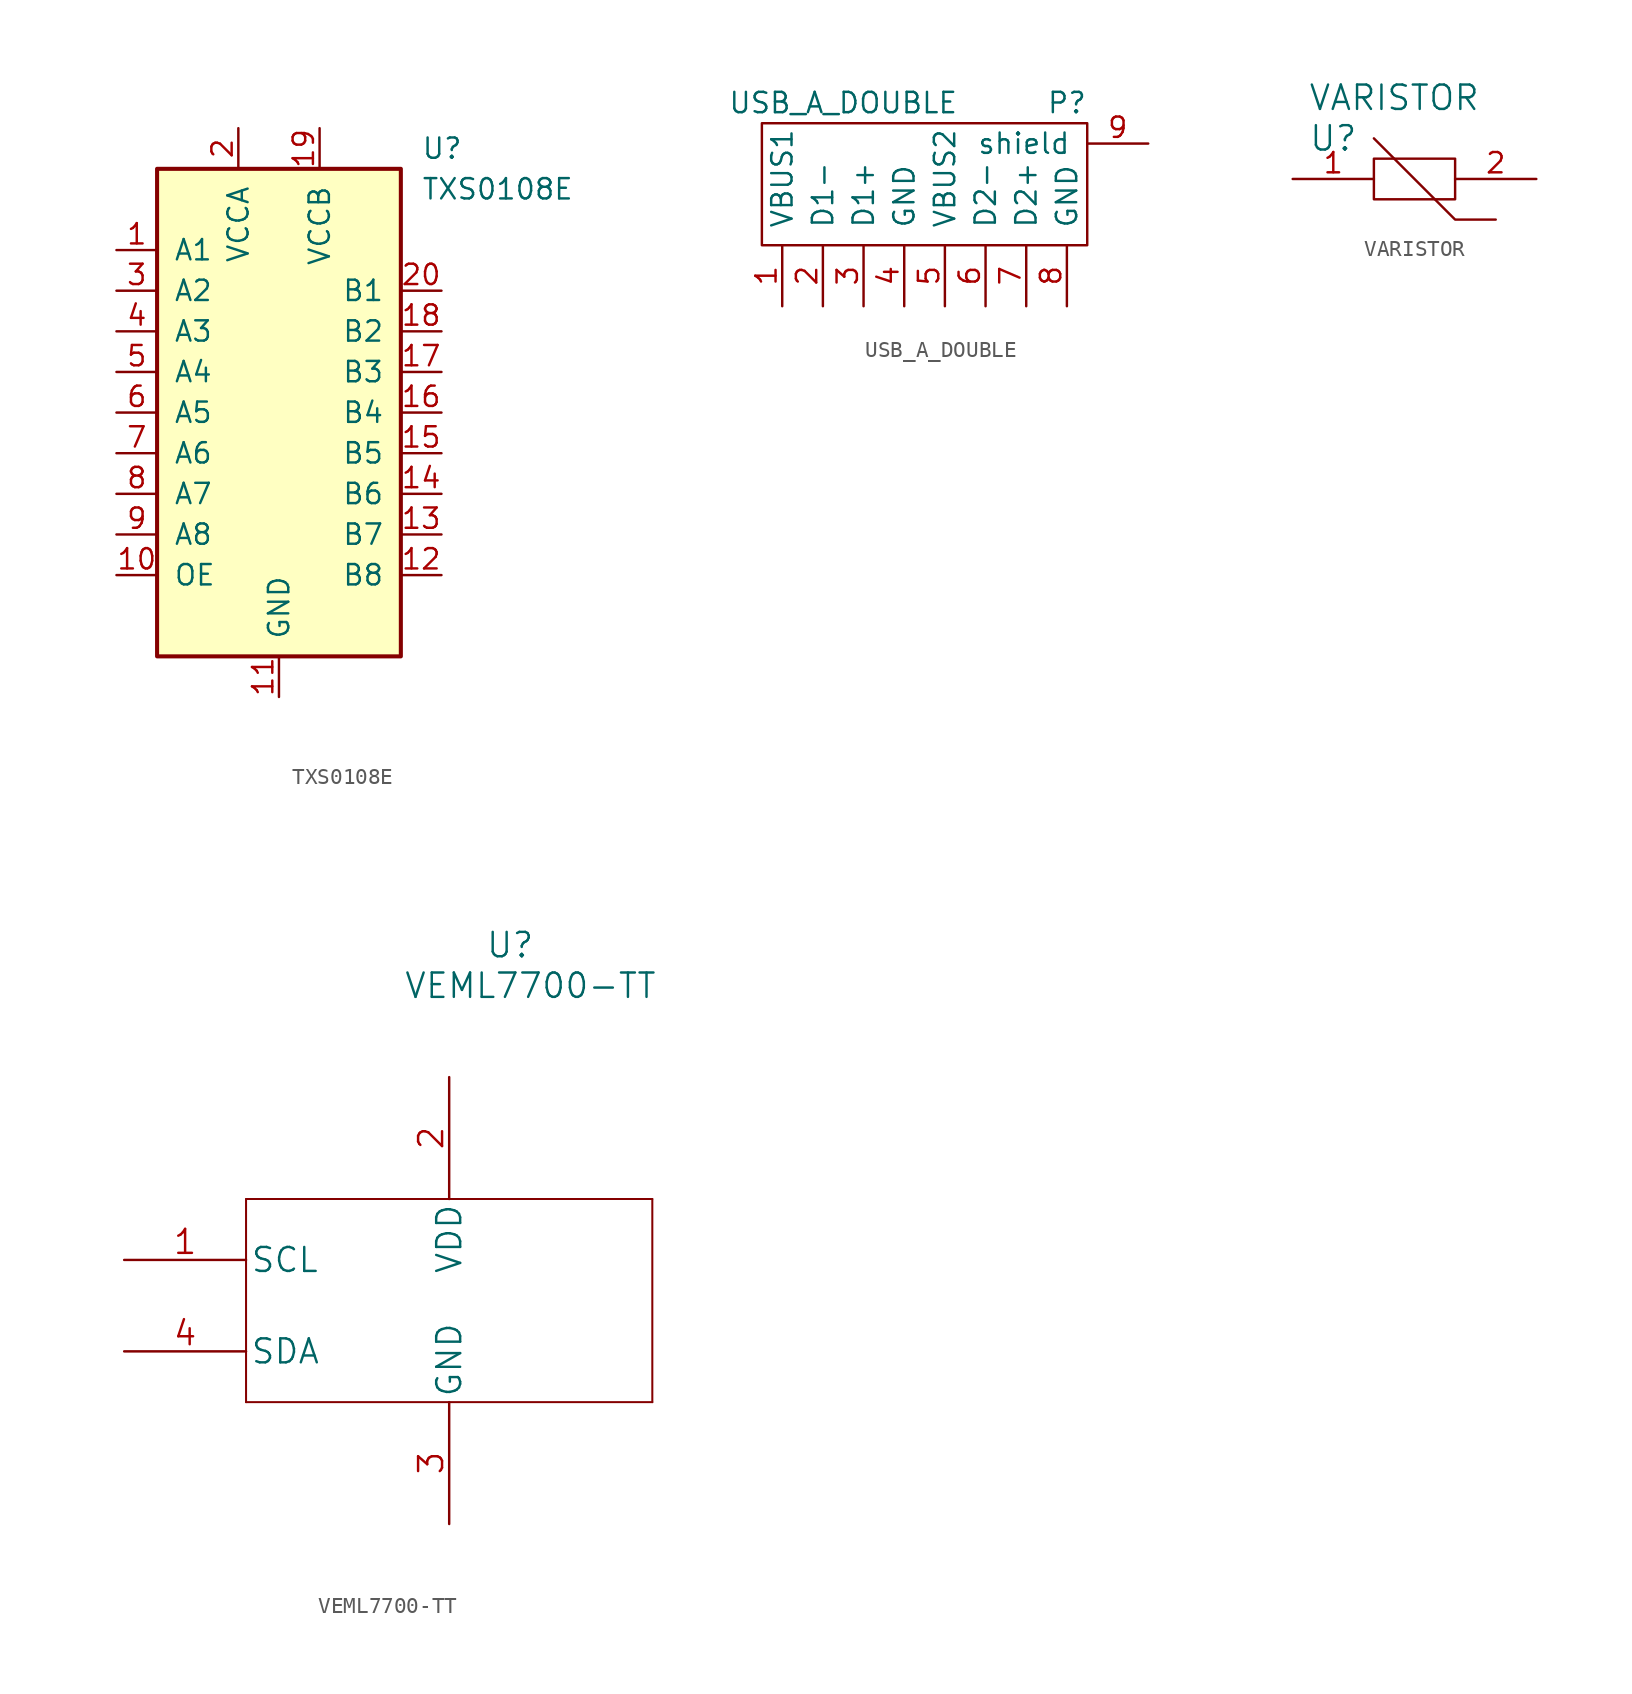
<source format=kicad_sym>
(kicad_symbol_lib
  (version 20211014)
  (generator kicad_symbol_editor)
  (symbol "TXS0108E"
    (pin_names
      (offset 1.016))
    (property "Reference" "U"
      (at 8.89 16.51 0)
      (effects (font (size 1.27 1.27)) (justify left)))
    (property "Value" "TXS0108E"
      (at 8.89 13.97 0)
      (effects (font (size 1.27 1.27)) (justify left)))
    (symbol "TXS0108E_0_1"
      (rectangle (start -7.62 15.24) (end 7.62 -15.24) (stroke (width 0.254) (type default) (color 0 0 0 0)) (fill (type background))))
    (symbol "TXS0108E_1_1"
      (pin bidirectional line (at -10.16 10.16 0) (length 2.54) (name "A1" (effects (font (size 1.27 1.27)))) (number "1" (effects (font (size 1.27 1.27)))))
      (pin input line (at -10.16 -10.16 0) (length 2.54) (name "OE" (effects (font (size 1.27 1.27)))) (number "10" (effects (font (size 1.27 1.27)))))
      (pin power_in line (at 0 -17.78 90) (length 2.54) (name "GND" (effects (font (size 1.27 1.27)))) (number "11" (effects (font (size 1.27 1.27)))))
      (pin bidirectional line (at 10.16 -10.16 180) (length 2.54) (name "B8" (effects (font (size 1.27 1.27)))) (number "12" (effects (font (size 1.27 1.27)))))
      (pin bidirectional line (at 10.16 -7.62 180) (length 2.54) (name "B7" (effects (font (size 1.27 1.27)))) (number "13" (effects (font (size 1.27 1.27)))))
      (pin bidirectional line (at 10.16 -5.08 180) (length 2.54) (name "B6" (effects (font (size 1.27 1.27)))) (number "14" (effects (font (size 1.27 1.27)))))
      (pin bidirectional line (at 10.16 -2.54 180) (length 2.54) (name "B5" (effects (font (size 1.27 1.27)))) (number "15" (effects (font (size 1.27 1.27)))))
      (pin bidirectional line (at 10.16 0 180) (length 2.54) (name "B4" (effects (font (size 1.27 1.27)))) (number "16" (effects (font (size 1.27 1.27)))))
      (pin bidirectional line (at 10.16 2.54 180) (length 2.54) (name "B3" (effects (font (size 1.27 1.27)))) (number "17" (effects (font (size 1.27 1.27)))))
      (pin bidirectional line (at 10.16 5.08 180) (length 2.54) (name "B2" (effects (font (size 1.27 1.27)))) (number "18" (effects (font (size 1.27 1.27)))))
      (pin power_in line (at 2.54 17.78 270) (length 2.54) (name "VCCB" (effects (font (size 1.27 1.27)))) (number "19" (effects (font (size 1.27 1.27)))))
      (pin power_in line (at -2.54 17.78 270) (length 2.54) (name "VCCA" (effects (font (size 1.27 1.27)))) (number "2" (effects (font (size 1.27 1.27)))))
      (pin bidirectional line (at 10.16 7.62 180) (length 2.54) (name "B1" (effects (font (size 1.27 1.27)))) (number "20" (effects (font (size 1.27 1.27)))))
      (pin bidirectional line (at -10.16 7.62 0) (length 2.54) (name "A2" (effects (font (size 1.27 1.27)))) (number "3" (effects (font (size 1.27 1.27)))))
      (pin bidirectional line (at -10.16 5.08 0) (length 2.54) (name "A3" (effects (font (size 1.27 1.27)))) (number "4" (effects (font (size 1.27 1.27)))))
      (pin bidirectional line (at -10.16 2.54 0) (length 2.54) (name "A4" (effects (font (size 1.27 1.27)))) (number "5" (effects (font (size 1.27 1.27)))))
      (pin bidirectional line (at -10.16 0 0) (length 2.54) (name "A5" (effects (font (size 1.27 1.27)))) (number "6" (effects (font (size 1.27 1.27)))))
      (pin bidirectional line (at -10.16 -2.54 0) (length 2.54) (name "A6" (effects (font (size 1.27 1.27)))) (number "7" (effects (font (size 1.27 1.27)))))
      (pin bidirectional line (at -10.16 -5.08 0) (length 2.54) (name "A7" (effects (font (size 1.27 1.27)))) (number "8" (effects (font (size 1.27 1.27)))))
      (pin bidirectional line (at -10.16 -7.62 0) (length 2.54) (name "A8" (effects (font (size 1.27 1.27)))) (number "9" (effects (font (size 1.27 1.27)))))))
  (symbol "USB_A_DOUBLE"
    (pin_names
      (offset 1.016))
    (property "Reference" "P"
      (at 12.7 5.08 0)
      (effects (font (size 1.27 1.27))))
    (property "Value" "USB_A_DOUBLE"
      (at -1.27 5.08 0)
      (effects (font (size 1.27 1.27))))
    (property "Footprint" ""
      (at -1.27 -2.54 90)
      (effects (font (size 1.27 1.27))))
    (property "Datasheet" ""
      (at -1.27 -2.54 90)
      (effects (font (size 1.27 1.27))))
    (symbol "USB_A_DOUBLE_0_1"
      (rectangle (start -6.35 -3.81) (end 13.97 3.81) (stroke (width 0) (type default) (color 0 0 0 0)) (fill (type none))))
    (symbol "USB_A_DOUBLE_1_1"
      (pin power_in line (at -5.08 -7.62 90) (length 3.81) (name "VBUS1" (effects (font (size 1.27 1.27)))) (number "1" (effects (font (size 1.27 1.27)))))
      (pin passive line (at -2.54 -7.62 90) (length 3.81) (name "D1-" (effects (font (size 1.27 1.27)))) (number "2" (effects (font (size 1.27 1.27)))))
      (pin passive line (at 0 -7.62 90) (length 3.81) (name "D1+" (effects (font (size 1.27 1.27)))) (number "3" (effects (font (size 1.27 1.27)))))
      (pin power_in line (at 2.54 -7.62 90) (length 3.81) (name "GND" (effects (font (size 1.27 1.27)))) (number "4" (effects (font (size 1.27 1.27)))))
      (pin passive line (at 5.08 -7.62 90) (length 3.81) (name "VBUS2" (effects (font (size 1.27 1.27)))) (number "5" (effects (font (size 1.27 1.27)))))
      (pin passive line (at 7.62 -7.62 90) (length 3.81) (name "D2-" (effects (font (size 1.27 1.27)))) (number "6" (effects (font (size 1.27 1.27)))))
      (pin passive line (at 10.16 -7.62 90) (length 3.81) (name "D2+" (effects (font (size 1.27 1.27)))) (number "7" (effects (font (size 1.27 1.27)))))
      (pin passive line (at 12.7 -7.62 90) (length 3.81) (name "GND" (effects (font (size 1.27 1.27)))) (number "8" (effects (font (size 1.27 1.27)))))
      (pin passive line (at 17.78 2.54 180) (length 3.81) (name "shield" (effects (font (size 1.27 1.27)))) (number "9" (effects (font (size 1.27 1.27)))))))
  (symbol "VARISTOR"
    (pin_names
      (offset 1.016))
    (property "Reference" "U"
      (at -5.08 -1.27 0)
      (effects (font (size 1.524 1.524))))
    (property "Value" "VARISTOR"
      (at -1.27 1.27 0)
      (effects (font (size 1.524 1.524))))
    (symbol "VARISTOR_0_1"
      (rectangle (start -2.54 -2.54) (end 2.54 -5.08) (stroke (width 0) (type default) (color 0 0 0 0)) (fill (type none)))
      (polyline (pts (xy -2.54 -1.27) (xy 0 -3.81) (xy 2.54 -6.35) (xy 5.08 -6.35)) (stroke (width 0) (type default) (color 0 0 0 0)) (fill (type none))))
    (symbol "VARISTOR_1_1"
      (pin input line (at -7.62 -3.81 0) (length 5.08) (name "~" (effects (font (size 1.27 1.27)))) (number "1" (effects (font (size 1.27 1.27)))))
      (pin input line (at 7.62 -3.81 180) (length 5.08) (name "~" (effects (font (size 1.27 1.27)))) (number "2" (effects (font (size 1.27 1.27)))))))
  (symbol "VEML7700-TT"
    (pin_names
      (offset 0.254))
    (property "Reference" "U"
      (at 24.13 20.955 0)
      (effects (font (size 1.524 1.524))))
    (property "Value" "VEML7700-TT"
      (at 25.4 18.415 0)
      (effects (font (size 1.524 1.524))))
    (property "Datasheet" ""
      (at 0 0 0)
      (effects (font (size 1.524 1.524))))
    (property "ki_locked" ""
      (at 0 0 0)
      (effects (font (size 1.27 1.27))))
    (symbol "VEML7700-TT_1_1"
      (polyline (pts (xy 7.62 -7.62) (xy 33.02 -7.62)) (stroke (width 0.127) (type default) (color 0 0 0 0)) (fill (type none)))
      (polyline (pts (xy 7.62 5.08) (xy 7.62 -7.62)) (stroke (width 0.127) (type default) (color 0 0 0 0)) (fill (type none)))
      (polyline (pts (xy 33.02 -7.62) (xy 33.02 5.08)) (stroke (width 0.127) (type default) (color 0 0 0 0)) (fill (type none)))
      (polyline (pts (xy 33.02 5.08) (xy 7.62 5.08)) (stroke (width 0.127) (type default) (color 0 0 0 0)) (fill (type none)))
      (pin bidirectional line (at 0 1.27 0) (length 7.62) (name "SCL" (effects (font (size 1.499 1.499)))) (number "1" (effects (font (size 1.499 1.499)))))
      (pin power_in line (at 20.32 12.7 270) (length 7.62) (name "VDD" (effects (font (size 1.499 1.499)))) (number "2" (effects (font (size 1.499 1.499)))))
      (pin power_in line (at 20.32 -15.24 90) (length 7.62) (name "GND" (effects (font (size 1.499 1.499)))) (number "3" (effects (font (size 1.499 1.499)))))
      (pin bidirectional line (at 0 -4.445 0) (length 7.62) (name "SDA" (effects (font (size 1.499 1.499)))) (number "4" (effects (font (size 1.499 1.499))))))))
</source>
